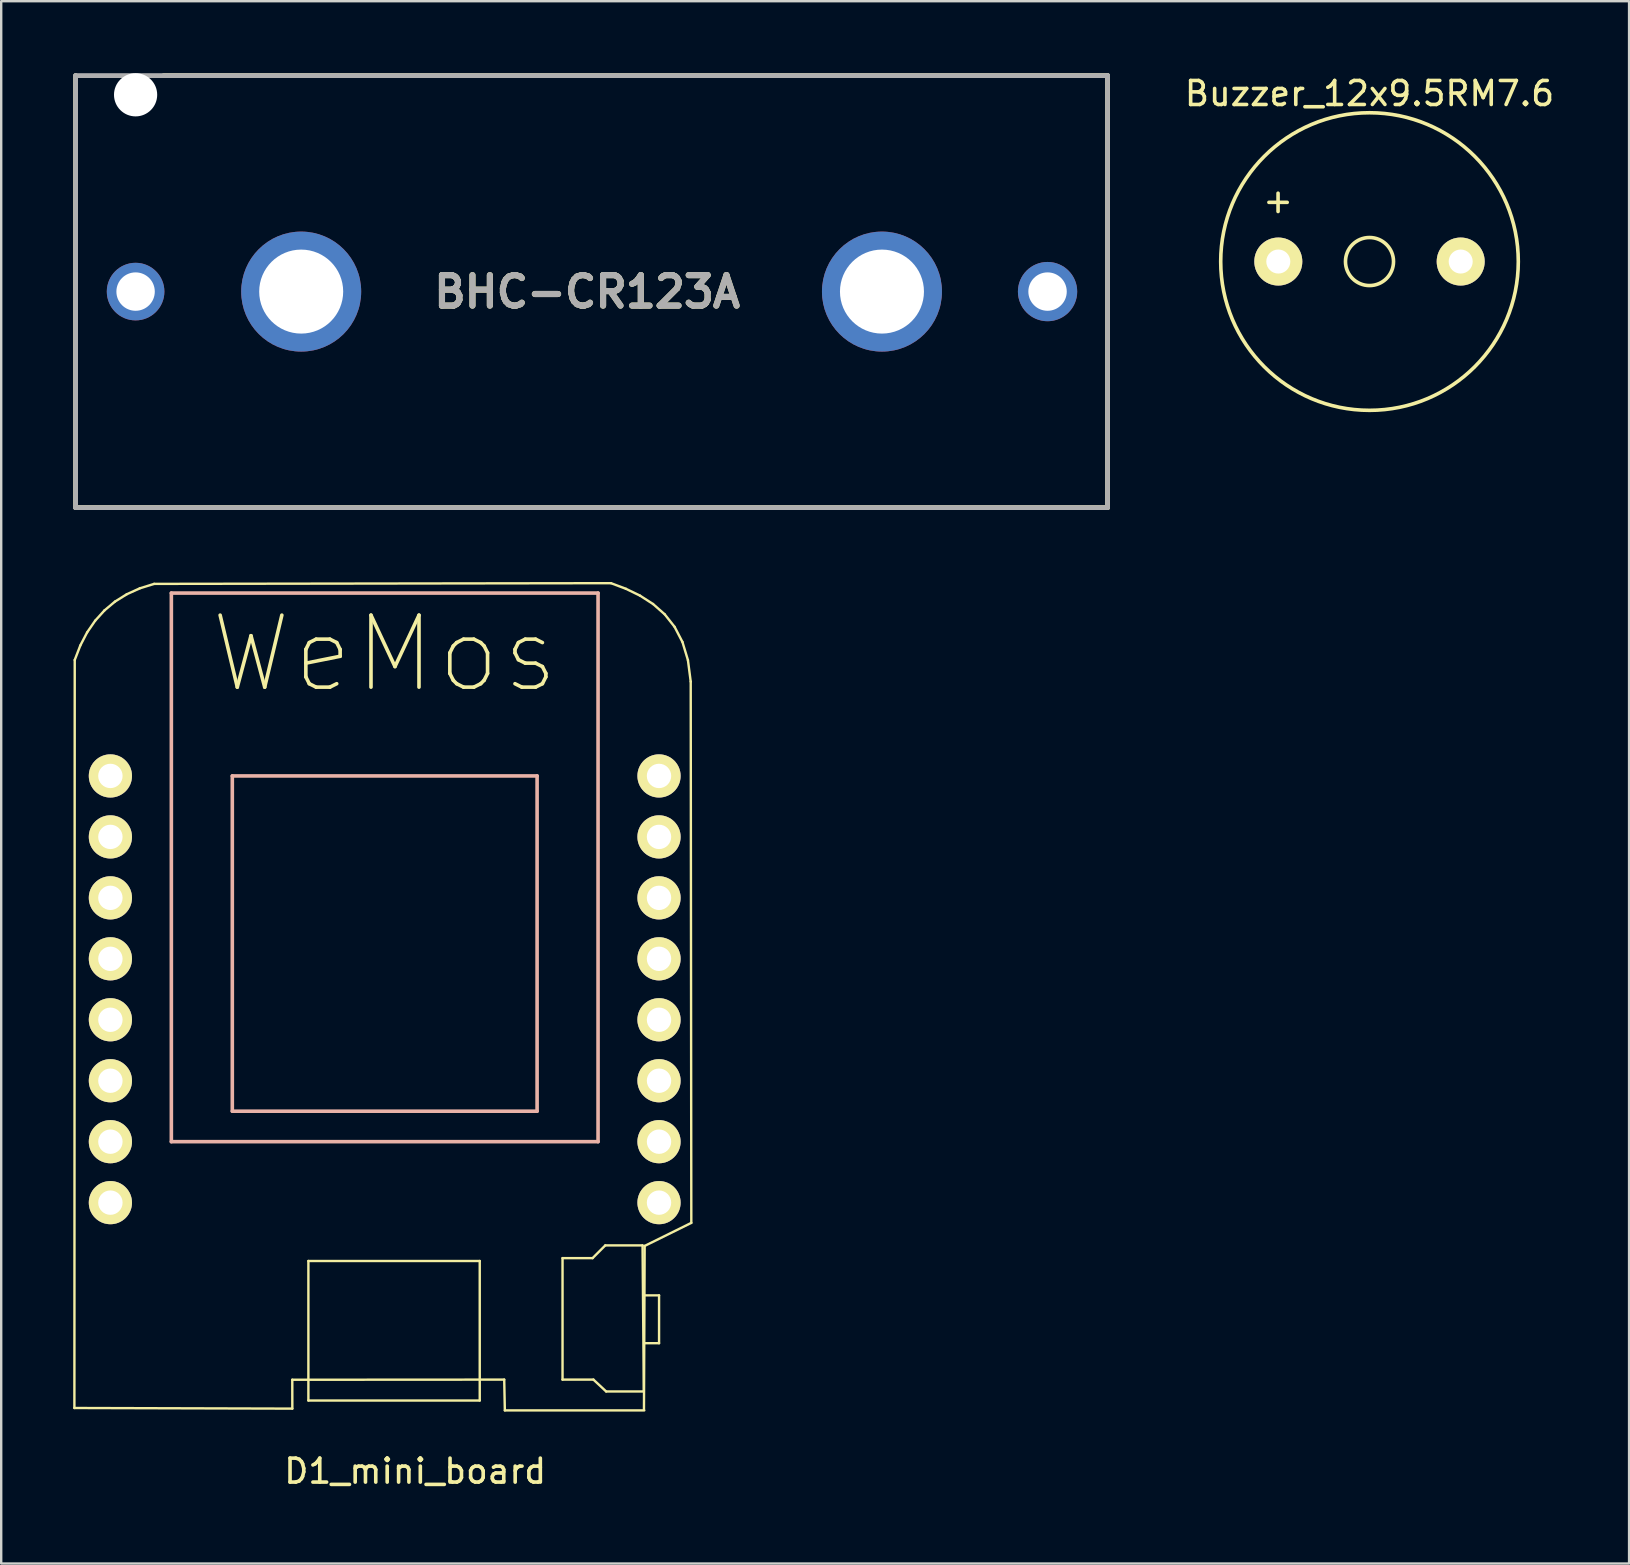
<source format=kicad_pcb>
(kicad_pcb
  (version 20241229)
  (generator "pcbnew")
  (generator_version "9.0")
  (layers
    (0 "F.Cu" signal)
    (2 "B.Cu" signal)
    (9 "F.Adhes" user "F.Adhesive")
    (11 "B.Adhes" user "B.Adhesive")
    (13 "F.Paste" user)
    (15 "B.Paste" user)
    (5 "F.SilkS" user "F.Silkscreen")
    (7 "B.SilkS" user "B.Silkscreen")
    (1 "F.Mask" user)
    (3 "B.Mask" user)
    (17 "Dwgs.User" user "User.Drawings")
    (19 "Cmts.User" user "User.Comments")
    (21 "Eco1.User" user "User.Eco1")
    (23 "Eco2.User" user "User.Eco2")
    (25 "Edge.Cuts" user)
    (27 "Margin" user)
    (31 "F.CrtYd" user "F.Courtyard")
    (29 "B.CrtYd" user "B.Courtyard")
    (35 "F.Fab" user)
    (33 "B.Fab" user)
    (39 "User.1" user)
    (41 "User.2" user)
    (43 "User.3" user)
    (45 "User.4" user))
  (footprint "D1_mini_board"
    (layer "F.Cu")
    (at 12.98 39.442)
    (property "Reference" "D1_mini_board" (at 1.27 18.81 0) (layer "F.SilkS") (effects (font (size 1 1) (thickness 0.15))))
    (attr through_hole)
    (fp_line (start -12.93 16.177) (end -12.916 -14.993) (stroke (width 0.1) (type solid)) (layer "F.SilkS"))
    (fp_line (start -12.916 -14.993) (end -12.683 -15.596) (stroke (width 0.1) (type solid)) (layer "F.SilkS"))
    (fp_line (start -12.683 -15.596) (end -12.4 -16.141) (stroke (width 0.1) (type solid)) (layer "F.SilkS"))
    (fp_line (start -12.4 -16.141) (end -12.065 -16.628) (stroke (width 0.1) (type solid)) (layer "F.SilkS"))
    (fp_line (start -12.065 -16.628) (end -11.679 -17.055) (stroke (width 0.1) (type solid)) (layer "F.SilkS"))
    (fp_line (start -11.679 -17.055) (end -11.241 -17.423) (stroke (width 0.1) (type solid)) (layer "F.SilkS"))
    (fp_line (start -11.241 -17.423) (end -10.749 -17.73) (stroke (width 0.1) (type solid)) (layer "F.SilkS"))
    (fp_line (start -10.749 -17.73) (end -10.205 -17.977) (stroke (width 0.1) (type solid)) (layer "F.SilkS"))
    (fp_line (start -10.205 -17.977) (end -9.607 -18.163) (stroke (width 0.1) (type solid)) (layer "F.SilkS"))
    (fp_line (start -9.607 -18.163) (end 9.43 -18.192) (stroke (width 0.1) (type solid)) (layer "F.SilkS"))
    (fp_line (start -3.851 15) (end -3.849 16.203) (stroke (width 0.1) (type solid)) (layer "F.SilkS"))
    (fp_line (start -3.849 16.203) (end -12.93 16.177) (stroke (width 0.1) (type solid)) (layer "F.SilkS"))
    (fp_line (start -3.18 10.051) (end 3.96 10.051) (stroke (width 0.1) (type solid)) (layer "F.SilkS"))
    (fp_line (start -3.18 15.865) (end -3.18 10.051) (stroke (width 0.1) (type solid)) (layer "F.SilkS"))
    (fp_line (start 3.96 10.051) (end 3.96 15.865) (stroke (width 0.1) (type solid)) (layer "F.SilkS"))
    (fp_line (start 3.96 15.865) (end -3.18 15.865) (stroke (width 0.1) (type solid)) (layer "F.SilkS"))
    (fp_line (start 4.98 14.994) (end -3.851 15) (stroke (width 0.1) (type solid)) (layer "F.SilkS"))
    (fp_line (start 5.006 16.277) (end 4.98 14.994) (stroke (width 0.1) (type solid)) (layer "F.SilkS"))
    (fp_line (start 7.41 9.932) (end 7.41 14.994) (stroke (width 0.1) (type solid)) (layer "F.SilkS"))
    (fp_line (start 7.41 14.994) (end 8.697 14.994) (stroke (width 0.1) (type solid)) (layer "F.SilkS"))
    (fp_line (start 8.662 9.932) (end 7.41 9.932) (stroke (width 0.1) (type solid)) (layer "F.SilkS"))
    (fp_line (start 8.697 14.994) (end 9.227 15.488) (stroke (width 0.1) (type solid)) (layer "F.SilkS"))
    (fp_line (start 9.191 9.402) (end 8.662 9.932) (stroke (width 0.1) (type solid)) (layer "F.SilkS"))
    (fp_line (start 9.227 15.488) (end 10.797 15.488) (stroke (width 0.1) (type solid)) (layer "F.SilkS"))
    (fp_line (start 9.43 -18.192) (end 10.05 -17.958) (stroke (width 0.1) (type solid)) (layer "F.SilkS"))
    (fp_line (start 10.05 -17.958) (end 10.638 -17.673) (stroke (width 0.1) (type solid)) (layer "F.SilkS"))
    (fp_line (start 10.638 -17.673) (end 11.181 -17.324) (stroke (width 0.1) (type solid)) (layer "F.SilkS"))
    (fp_line (start 10.744 9.402) (end 9.191 9.402) (stroke (width 0.1) (type solid)) (layer "F.SilkS"))
    (fp_line (start 10.779 11.484) (end 11.432 11.484) (stroke (width 0.1) (type solid)) (layer "F.SilkS"))
    (fp_line (start 10.797 15.488) (end 10.744 9.402) (stroke (width 0.1) (type solid)) (layer "F.SilkS"))
    (fp_line (start 10.817 16.277) (end 5.006 16.277) (stroke (width 0.1) (type solid)) (layer "F.SilkS"))
    (fp_line (start 10.832 9.424) (end 10.803 16.233) (stroke (width 0.1) (type solid)) (layer "F.SilkS"))
    (fp_line (start 11.181 -17.324) (end 11.667 -16.895) (stroke (width 0.1) (type solid)) (layer "F.SilkS"))
    (fp_line (start 11.432 11.484) (end 11.432 13.477) (stroke (width 0.1) (type solid)) (layer "F.SilkS"))
    (fp_line (start 11.432 13.477) (end 10.814 13.477) (stroke (width 0.1) (type solid)) (layer "F.SilkS"))
    (fp_line (start 11.667 -16.895) (end 12.08 -16.371) (stroke (width 0.1) (type solid)) (layer "F.SilkS"))
    (fp_line (start 12.08 -16.371) (end 12.407 -15.74) (stroke (width 0.1) (type solid)) (layer "F.SilkS"))
    (fp_line (start 12.407 -15.74) (end 12.635 -14.985) (stroke (width 0.1) (type solid)) (layer "F.SilkS"))
    (fp_line (start 12.635 -14.985) (end 12.751 -14.092) (stroke (width 0.1) (type solid)) (layer "F.SilkS"))
    (fp_line (start 12.751 -14.092) (end 12.776 8.463) (stroke (width 0.1) (type solid)) (layer "F.SilkS"))
    (fp_line (start 12.776 8.463) (end 10.832 9.424) (stroke (width 0.1) (type solid)) (layer "F.SilkS"))
    (fp_line (start -8.89 -17.78) (end -8.89 5.08) (stroke (width 0.15) (type solid)) (layer "B.SilkS"))
    (fp_line (start -8.89 5.08) (end 8.89 5.08) (stroke (width 0.15) (type solid)) (layer "B.SilkS"))
    (fp_line (start -6.35 -10.16) (end 6.35 -10.16) (stroke (width 0.15) (type solid)) (layer "B.SilkS"))
    (fp_line (start -6.35 3.81) (end -6.35 -10.16) (stroke (width 0.15) (type solid)) (layer "B.SilkS"))
    (fp_line (start 6.35 -10.16) (end 6.35 3.81) (stroke (width 0.15) (type solid)) (layer "B.SilkS"))
    (fp_line (start 6.35 3.81) (end -6.35 3.81) (stroke (width 0.15) (type solid)) (layer "B.SilkS"))
    (fp_line (start 8.89 -17.78) (end -8.89 -17.78) (stroke (width 0.15) (type solid)) (layer "B.SilkS"))
    (fp_line (start 8.89 5.08) (end 8.89 -17.78) (stroke (width 0.15) (type solid)) (layer "B.SilkS"))
    (fp_text user "WeMos" (at 0 -15.24 0) (layer "F.SilkS") (effects (font (size 3 3) (thickness 0.15))))
    (pad "1" thru_hole circle (at -11.43 7.62) (size 1.8 1.8) (drill 1.016) (layers "*.Cu" "*.Mask" "F.SilkS"))
    (pad "2" thru_hole circle (at -11.43 5.08) (size 1.8 1.8) (drill 1.016) (layers "*.Cu" "*.Mask" "F.SilkS"))
    (pad "3" thru_hole circle (at -11.43 2.54) (size 1.8 1.8) (drill 1.016) (layers "*.Cu" "*.Mask" "F.SilkS"))
    (pad "4" thru_hole circle (at -11.43 0) (size 1.8 1.8) (drill 1.016) (layers "*.Cu" "*.Mask" "F.SilkS"))
    (pad "5" thru_hole circle (at -11.43 -2.54) (size 1.8 1.8) (drill 1.016) (layers "*.Cu" "*.Mask" "F.SilkS"))
    (pad "6" thru_hole circle (at -11.43 -5.08) (size 1.8 1.8) (drill 1.016) (layers "*.Cu" "*.Mask" "F.SilkS"))
    (pad "7" thru_hole circle (at -11.43 -7.62) (size 1.8 1.8) (drill 1.016) (layers "*.Cu" "*.Mask" "F.SilkS"))
    (pad "8" thru_hole circle (at -11.43 -10.16) (size 1.8 1.8) (drill 1.016) (layers "*.Cu" "*.Mask" "F.SilkS"))
    (pad "9" thru_hole circle (at 11.43 -10.16) (size 1.8 1.8) (drill 1.016) (layers "*.Cu" "*.Mask" "F.SilkS"))
    (pad "10" thru_hole circle (at 11.43 -7.62) (size 1.8 1.8) (drill 1.016) (layers "*.Cu" "*.Mask" "F.SilkS"))
    (pad "11" thru_hole circle (at 11.43 -5.08) (size 1.8 1.8) (drill 1.016) (layers "*.Cu" "*.Mask" "F.SilkS"))
    (pad "12" thru_hole circle (at 11.43 -2.54) (size 1.8 1.8) (drill 1.016) (layers "*.Cu" "*.Mask" "F.SilkS"))
    (pad "13" thru_hole circle (at 11.43 0) (size 1.8 1.8) (drill 1.016) (layers "*.Cu" "*.Mask" "F.SilkS"))
    (pad "14" thru_hole circle (at 11.43 2.54) (size 1.8 1.8) (drill 1.016) (layers "*.Cu" "*.Mask" "F.SilkS"))
    (pad "15" thru_hole circle (at 11.43 5.08) (size 1.8 1.8) (drill 1.016) (layers "*.Cu" "*.Mask" "F.SilkS"))
    (pad "16" thru_hole circle (at 11.43 7.62) (size 1.8 1.8) (drill 1.016) (layers "*.Cu" "*.Mask" "F.SilkS")))
  (footprint "Buzzer_12x9.5RM7.6"
    (layer "F.Cu")
    (at 54.015 7.848)
    (property "Reference" "Buzzer_12x9.5RM7.6" (at 0 -7 180) (layer "F.SilkS") (effects (font (size 1 1) (thickness 0.15))))
    (attr through_hole)
    (fp_circle (center 0 0) (end 1.001 0) (stroke (width 0.15) (type solid)) (fill no) (layer "F.SilkS"))
    (fp_circle (center 0 0) (end 6.2 0) (stroke (width 0.15) (type solid)) (fill no) (layer "F.SilkS"))
    (fp_text user "+" (at -3.81 -2.54 0) (layer "F.SilkS") (effects (font (size 1 1) (thickness 0.15))))
    (pad "1" thru_hole circle (at -3.8 0) (size 2 2) (drill 1.001) (layers "*.Cu" "*.Mask" "F.SilkS"))
    (pad "2" thru_hole circle (at 3.8 0) (size 2 2) (drill 1.001) (layers "*.Cu" "*.Mask" "F.SilkS")))
  (footprint "BHC-CR123A"
    (layer "F.Cu")
    (at 21.6 9.1)
    (property "Reference" "BHC-CR123A" (at -0.186 0.01 0) (layer "F.SilkS") (effects (font (size 1.27 1.27) (thickness 0.254))))
    (attr through_hole)
    (fp_line (start -21.5 -9) (end -21.5 9) (stroke (width 0.2) (type solid)) (layer "F.SilkS"))
    (fp_line (start -21.5 9) (end 21.5 9) (stroke (width 0.2) (type solid)) (layer "F.SilkS"))
    (fp_line (start 21.5 -9) (end -17.828 -9) (stroke (width 0.2) (type solid)) (layer "F.SilkS"))
    (fp_line (start 21.5 9) (end 21.5 -9) (stroke (width 0.2) (type solid)) (layer "F.SilkS"))
    (fp_line (start -21.5 -9) (end 21.5 -9) (stroke (width 0.2) (type solid)) (layer "F.Fab"))
    (fp_line (start -21.5 9) (end -21.5 -9) (stroke (width 0.2) (type solid)) (layer "F.Fab"))
    (fp_line (start 21.5 -9) (end 21.5 9) (stroke (width 0.2) (type solid)) (layer "F.Fab"))
    (fp_line (start 21.5 9) (end -21.5 9) (stroke (width 0.2) (type solid)) (layer "F.Fab"))
    (fp_text user "${REFERENCE}" (at -0.186 0.01 0) (layer "F.Fab") (effects (font (size 1.27 1.27) (thickness 0.254))))
    (pad "" np_thru_hole circle (at -19 -8.2) (size 1.8 1.8) (drill 1.8) (layers "*.Cu" "*.Mask"))
    (pad "1" thru_hole circle (at -19 0) (size 2.4 2.4) (drill 1.6) (layers "*.Cu" "*.Mask"))
    (pad "2" thru_hole circle (at 19 0) (size 2.47 2.47) (drill 1.6) (layers "*.Cu" "*.Mask"))
    (pad "3" thru_hole circle (at 12.1 0) (size 5 5) (drill 3.5) (layers "*.Cu" "*.Mask"))
    (pad "4" thru_hole circle (at -12.1 0) (size 5 5) (drill 3.5) (layers "*.Cu" "*.Mask")))
  (gr_rect
    (start -3 -3)
    (end 64.831 62.1)
    (stroke (width 0.1) (type default))
    (fill no)
    (layer "Edge.Cuts")))
</source>
